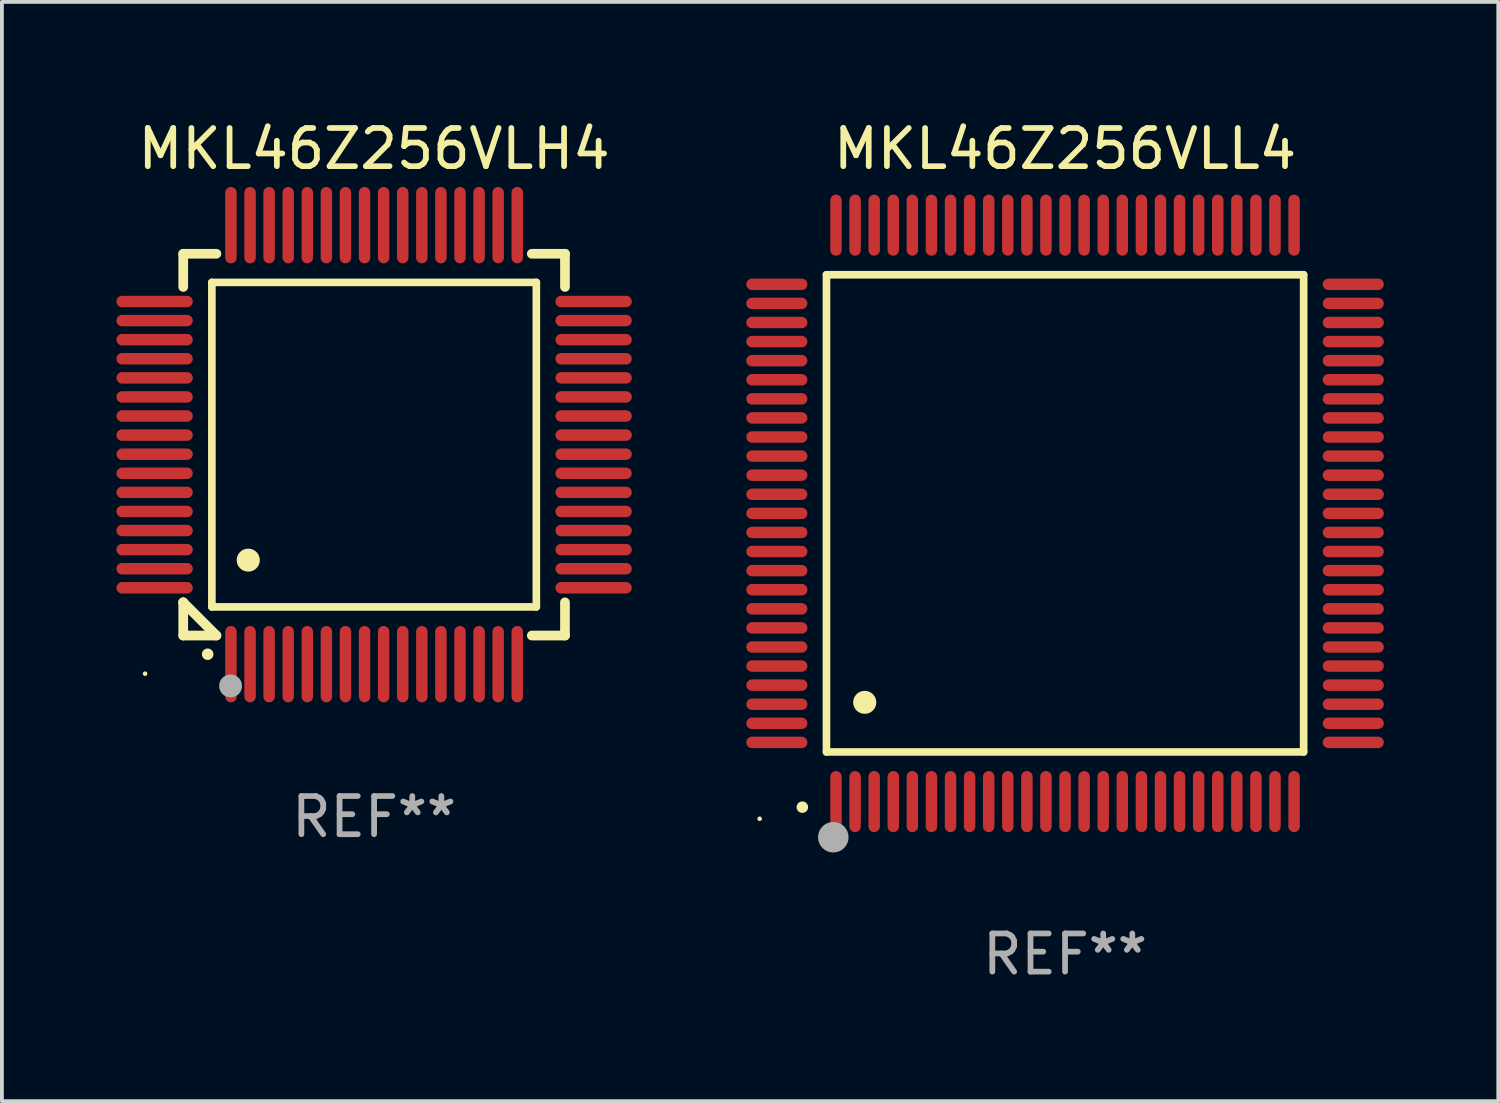
<source format=kicad_pcb>
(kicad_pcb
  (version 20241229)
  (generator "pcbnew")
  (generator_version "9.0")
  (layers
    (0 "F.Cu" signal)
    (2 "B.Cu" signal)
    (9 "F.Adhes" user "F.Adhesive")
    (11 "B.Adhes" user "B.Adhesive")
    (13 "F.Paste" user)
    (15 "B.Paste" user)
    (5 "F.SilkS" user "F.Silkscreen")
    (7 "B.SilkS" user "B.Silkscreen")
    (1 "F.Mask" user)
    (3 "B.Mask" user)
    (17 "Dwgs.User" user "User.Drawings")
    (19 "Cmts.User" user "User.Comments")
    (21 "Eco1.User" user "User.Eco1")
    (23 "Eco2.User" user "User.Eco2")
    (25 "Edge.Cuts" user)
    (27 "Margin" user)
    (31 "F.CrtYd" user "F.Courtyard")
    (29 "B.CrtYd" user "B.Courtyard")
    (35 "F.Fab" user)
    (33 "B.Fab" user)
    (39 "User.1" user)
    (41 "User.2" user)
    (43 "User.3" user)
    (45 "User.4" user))
  (footprint "MKL46Z256VLH4"
    (layer "F.Cu")
    (at 6.75 8.598)
    (property "Reference" "MKL46Z256VLH4" (at 0 -7.75 0) (layer "F.SilkS") (effects (font (size 1 1) (thickness 0.15))))
    (attr through_hole)
    (fp_line (start -5 -5) (end -4.131 -5) (stroke (width 0.254) (type solid)) (layer "F.SilkS"))
    (fp_line (start -5 -4.131) (end -5 -5) (stroke (width 0.254) (type solid)) (layer "F.SilkS"))
    (fp_line (start -5 4.131) (end -5 4.131) (stroke (width 0.254) (type solid)) (layer "F.SilkS"))
    (fp_line (start -5 5) (end -5 4.131) (stroke (width 0.254) (type solid)) (layer "F.SilkS"))
    (fp_line (start -5 4.131) (end -4.131 5) (stroke (width 0.254) (type solid)) (layer "F.SilkS"))
    (fp_line (start -4.25 -4.25) (end -4.25 4.25) (stroke (width 0.2) (type solid)) (layer "F.SilkS"))
    (fp_line (start -4.25 4.25) (end 4.25 4.25) (stroke (width 0.2) (type solid)) (layer "F.SilkS"))
    (fp_line (start -4.131 5) (end -5 5) (stroke (width 0.254) (type solid)) (layer "F.SilkS"))
    (fp_line (start 4.25 -4.25) (end -4.25 -4.25) (stroke (width 0.2) (type solid)) (layer "F.SilkS"))
    (fp_line (start 4.25 4.25) (end 4.25 -4.25) (stroke (width 0.2) (type solid)) (layer "F.SilkS"))
    (fp_line (start 5 -5) (end 4.131 -5) (stroke (width 0.254) (type solid)) (layer "F.SilkS"))
    (fp_line (start 5 -5) (end 5 -4.131) (stroke (width 0.254) (type solid)) (layer "F.SilkS"))
    (fp_line (start 5 4.131) (end 5 5) (stroke (width 0.254) (type solid)) (layer "F.SilkS"))
    (fp_line (start 5 5) (end 4.131 5) (stroke (width 0.254) (type solid)) (layer "F.SilkS"))
    (fp_arc (start -4.361265 5.489992) (mid -4.359995 5.489987) (end -4.358725 5.489992) (stroke (width 0.3) (type solid)) (layer "F.SilkS"))
    (fp_arc (start -3.299467 3.025146) (mid -3.296927 3.025135) (end -3.294387 3.025146) (stroke (width 0.6) (type solid)) (layer "F.SilkS"))
    (fp_circle (center -6 6) (end -5.97 6) (stroke (width 0.06) (type solid)) (fill no) (layer "F.SilkS"))
    (fp_circle (center -3.76 6.32) (end -3.61 6.32) (stroke (width 0.3) (type solid)) (fill no) (layer "F.Fab"))
    (fp_text user "REF**" (at 0 9.75 0) (layer "F.Fab") (effects (font (size 1 1) (thickness 0.15))))
    (pad "1" smd oval (at -3.75 5.75) (size 0.3 2) (layers "F.Cu" "F.Mask" "F.Paste"))
    (pad "2" smd oval (at -3.25 5.75) (size 0.3 2) (layers "F.Cu" "F.Mask" "F.Paste"))
    (pad "3" smd oval (at -2.75 5.75) (size 0.3 2) (layers "F.Cu" "F.Mask" "F.Paste"))
    (pad "4" smd oval (at -2.25 5.75) (size 0.3 2) (layers "F.Cu" "F.Mask" "F.Paste"))
    (pad "5" smd oval (at -1.75 5.75) (size 0.3 2) (layers "F.Cu" "F.Mask" "F.Paste"))
    (pad "6" smd oval (at -1.25 5.75) (size 0.3 2) (layers "F.Cu" "F.Mask" "F.Paste"))
    (pad "7" smd oval (at -0.75 5.75) (size 0.3 2) (layers "F.Cu" "F.Mask" "F.Paste"))
    (pad "8" smd oval (at -0.25 5.75) (size 0.3 2) (layers "F.Cu" "F.Mask" "F.Paste"))
    (pad "9" smd oval (at 0.25 5.75) (size 0.3 2) (layers "F.Cu" "F.Mask" "F.Paste"))
    (pad "10" smd oval (at 0.75 5.75) (size 0.3 2) (layers "F.Cu" "F.Mask" "F.Paste"))
    (pad "11" smd oval (at 1.25 5.75) (size 0.3 2) (layers "F.Cu" "F.Mask" "F.Paste"))
    (pad "12" smd oval (at 1.75 5.75) (size 0.3 2) (layers "F.Cu" "F.Mask" "F.Paste"))
    (pad "13" smd oval (at 2.25 5.75) (size 0.3 2) (layers "F.Cu" "F.Mask" "F.Paste"))
    (pad "14" smd oval (at 2.75 5.75) (size 0.3 2) (layers "F.Cu" "F.Mask" "F.Paste"))
    (pad "15" smd oval (at 3.25 5.75) (size 0.3 2) (layers "F.Cu" "F.Mask" "F.Paste"))
    (pad "16" smd oval (at 3.75 5.75) (size 0.3 2) (layers "F.Cu" "F.Mask" "F.Paste"))
    (pad "17" smd oval (at 5.75 3.75) (size 2 0.3) (layers "F.Cu" "F.Mask" "F.Paste"))
    (pad "18" smd oval (at 5.75 3.25) (size 2 0.3) (layers "F.Cu" "F.Mask" "F.Paste"))
    (pad "19" smd oval (at 5.75 2.75) (size 2 0.3) (layers "F.Cu" "F.Mask" "F.Paste"))
    (pad "20" smd oval (at 5.75 2.25) (size 2 0.3) (layers "F.Cu" "F.Mask" "F.Paste"))
    (pad "21" smd oval (at 5.75 1.75) (size 2 0.3) (layers "F.Cu" "F.Mask" "F.Paste"))
    (pad "22" smd oval (at 5.75 1.25) (size 2 0.3) (layers "F.Cu" "F.Mask" "F.Paste"))
    (pad "23" smd oval (at 5.75 0.75) (size 2 0.3) (layers "F.Cu" "F.Mask" "F.Paste"))
    (pad "24" smd oval (at 5.75 0.25) (size 2 0.3) (layers "F.Cu" "F.Mask" "F.Paste"))
    (pad "25" smd oval (at 5.75 -0.25) (size 2 0.3) (layers "F.Cu" "F.Mask" "F.Paste"))
    (pad "26" smd oval (at 5.75 -0.75) (size 2 0.3) (layers "F.Cu" "F.Mask" "F.Paste"))
    (pad "27" smd oval (at 5.75 -1.25) (size 2 0.3) (layers "F.Cu" "F.Mask" "F.Paste"))
    (pad "28" smd oval (at 5.75 -1.75) (size 2 0.3) (layers "F.Cu" "F.Mask" "F.Paste"))
    (pad "29" smd oval (at 5.75 -2.25) (size 2 0.3) (layers "F.Cu" "F.Mask" "F.Paste"))
    (pad "30" smd oval (at 5.75 -2.75) (size 2 0.3) (layers "F.Cu" "F.Mask" "F.Paste"))
    (pad "31" smd oval (at 5.75 -3.25) (size 2 0.3) (layers "F.Cu" "F.Mask" "F.Paste"))
    (pad "32" smd oval (at 5.75 -3.75) (size 2 0.3) (layers "F.Cu" "F.Mask" "F.Paste"))
    (pad "33" smd oval (at 3.75 -5.75) (size 0.3 2) (layers "F.Cu" "F.Mask" "F.Paste"))
    (pad "34" smd oval (at 3.25 -5.75) (size 0.3 2) (layers "F.Cu" "F.Mask" "F.Paste"))
    (pad "35" smd oval (at 2.75 -5.75) (size 0.3 2) (layers "F.Cu" "F.Mask" "F.Paste"))
    (pad "36" smd oval (at 2.25 -5.75) (size 0.3 2) (layers "F.Cu" "F.Mask" "F.Paste"))
    (pad "37" smd oval (at 1.75 -5.75) (size 0.3 2) (layers "F.Cu" "F.Mask" "F.Paste"))
    (pad "38" smd oval (at 1.25 -5.75) (size 0.3 2) (layers "F.Cu" "F.Mask" "F.Paste"))
    (pad "39" smd oval (at 0.75 -5.75) (size 0.3 2) (layers "F.Cu" "F.Mask" "F.Paste"))
    (pad "40" smd oval (at 0.25 -5.75) (size 0.3 2) (layers "F.Cu" "F.Mask" "F.Paste"))
    (pad "41" smd oval (at -0.25 -5.75) (size 0.3 2) (layers "F.Cu" "F.Mask" "F.Paste"))
    (pad "42" smd oval (at -0.75 -5.75) (size 0.3 2) (layers "F.Cu" "F.Mask" "F.Paste"))
    (pad "43" smd oval (at -1.25 -5.75) (size 0.3 2) (layers "F.Cu" "F.Mask" "F.Paste"))
    (pad "44" smd oval (at -1.75 -5.75) (size 0.3 2) (layers "F.Cu" "F.Mask" "F.Paste"))
    (pad "45" smd oval (at -2.25 -5.75) (size 0.3 2) (layers "F.Cu" "F.Mask" "F.Paste"))
    (pad "46" smd oval (at -2.75 -5.75) (size 0.3 2) (layers "F.Cu" "F.Mask" "F.Paste"))
    (pad "47" smd oval (at -3.25 -5.75) (size 0.3 2) (layers "F.Cu" "F.Mask" "F.Paste"))
    (pad "48" smd oval (at -3.75 -5.75) (size 0.3 2) (layers "F.Cu" "F.Mask" "F.Paste"))
    (pad "49" smd oval (at -5.75 -3.75) (size 2 0.3) (layers "F.Cu" "F.Mask" "F.Paste"))
    (pad "50" smd oval (at -5.75 -3.25) (size 2 0.3) (layers "F.Cu" "F.Mask" "F.Paste"))
    (pad "51" smd oval (at -5.75 -2.75) (size 2 0.3) (layers "F.Cu" "F.Mask" "F.Paste"))
    (pad "52" smd oval (at -5.75 -2.25) (size 2 0.3) (layers "F.Cu" "F.Mask" "F.Paste"))
    (pad "53" smd oval (at -5.75 -1.75) (size 2 0.3) (layers "F.Cu" "F.Mask" "F.Paste"))
    (pad "54" smd oval (at -5.75 -1.25) (size 2 0.3) (layers "F.Cu" "F.Mask" "F.Paste"))
    (pad "55" smd oval (at -5.75 -0.75) (size 2 0.3) (layers "F.Cu" "F.Mask" "F.Paste"))
    (pad "56" smd oval (at -5.75 -0.25) (size 2 0.3) (layers "F.Cu" "F.Mask" "F.Paste"))
    (pad "57" smd oval (at -5.75 0.25) (size 2 0.3) (layers "F.Cu" "F.Mask" "F.Paste"))
    (pad "58" smd oval (at -5.75 0.75) (size 2 0.3) (layers "F.Cu" "F.Mask" "F.Paste"))
    (pad "59" smd oval (at -5.75 1.25) (size 2 0.3) (layers "F.Cu" "F.Mask" "F.Paste"))
    (pad "60" smd oval (at -5.75 1.75) (size 2 0.3) (layers "F.Cu" "F.Mask" "F.Paste"))
    (pad "61" smd oval (at -5.75 2.25) (size 2 0.3) (layers "F.Cu" "F.Mask" "F.Paste"))
    (pad "62" smd oval (at -5.75 2.75) (size 2 0.3) (layers "F.Cu" "F.Mask" "F.Paste"))
    (pad "63" smd oval (at -5.75 3.25) (size 2 0.3) (layers "F.Cu" "F.Mask" "F.Paste"))
    (pad "64" smd oval (at -5.75 3.75) (size 2 0.3) (layers "F.Cu" "F.Mask" "F.Paste")))
  (footprint "MKL46Z256VLL4"
    (layer "F.Cu")
    (at 24.85 10.398)
    (property "Reference" "MKL46Z256VLL4" (at 0 -9.55 0) (layer "F.SilkS") (effects (font (size 1 1) (thickness 0.15))))
    (attr through_hole)
    (fp_line (start -6.25 -6.25) (end -6.25 6.25) (stroke (width 0.2) (type solid)) (layer "F.SilkS"))
    (fp_line (start -6.25 6.25) (end 6.25 6.25) (stroke (width 0.2) (type solid)) (layer "F.SilkS"))
    (fp_line (start 6.25 -6.25) (end -6.25 -6.25) (stroke (width 0.2) (type solid)) (layer "F.SilkS"))
    (fp_line (start 6.25 6.25) (end 6.25 -6.25) (stroke (width 0.2) (type solid)) (layer "F.SilkS"))
    (fp_arc (start -6.883414 7.696215) (mid -6.882144 7.69621) (end -6.880874 7.696215) (stroke (width 0.3) (type solid)) (layer "F.SilkS"))
    (fp_arc (start -5.250191 4.95047) (mid -5.247651 4.950459) (end -5.245111 4.95047) (stroke (width 0.6) (type solid)) (layer "F.SilkS"))
    (fp_circle (center -8 8) (end -7.97 8) (stroke (width 0.06) (type solid)) (fill no) (layer "F.SilkS"))
    (fp_circle (center -6.071 8.484) (end -5.871 8.484) (stroke (width 0.4) (type solid)) (fill no) (layer "F.Fab"))
    (fp_text user "REF**" (at 0 11.55 0) (layer "F.Fab") (effects (font (size 1 1) (thickness 0.15))))
    (pad "1" smd oval (at -6 7.55) (size 0.3 1.6) (layers "F.Cu" "F.Mask" "F.Paste"))
    (pad "2" smd oval (at -5.5 7.55) (size 0.3 1.6) (layers "F.Cu" "F.Mask" "F.Paste"))
    (pad "3" smd oval (at -5 7.55) (size 0.3 1.6) (layers "F.Cu" "F.Mask" "F.Paste"))
    (pad "4" smd oval (at -4.5 7.55) (size 0.3 1.6) (layers "F.Cu" "F.Mask" "F.Paste"))
    (pad "5" smd oval (at -4 7.55) (size 0.3 1.6) (layers "F.Cu" "F.Mask" "F.Paste"))
    (pad "6" smd oval (at -3.5 7.55) (size 0.3 1.6) (layers "F.Cu" "F.Mask" "F.Paste"))
    (pad "7" smd oval (at -3 7.55) (size 0.3 1.6) (layers "F.Cu" "F.Mask" "F.Paste"))
    (pad "8" smd oval (at -2.5 7.55) (size 0.3 1.6) (layers "F.Cu" "F.Mask" "F.Paste"))
    (pad "9" smd oval (at -2 7.55) (size 0.3 1.6) (layers "F.Cu" "F.Mask" "F.Paste"))
    (pad "10" smd oval (at -1.5 7.55) (size 0.3 1.6) (layers "F.Cu" "F.Mask" "F.Paste"))
    (pad "11" smd oval (at -1 7.55) (size 0.3 1.6) (layers "F.Cu" "F.Mask" "F.Paste"))
    (pad "12" smd oval (at -0.5 7.55) (size 0.3 1.6) (layers "F.Cu" "F.Mask" "F.Paste"))
    (pad "13" smd oval (at 0 7.55) (size 0.3 1.6) (layers "F.Cu" "F.Mask" "F.Paste"))
    (pad "14" smd oval (at 0.5 7.55) (size 0.3 1.6) (layers "F.Cu" "F.Mask" "F.Paste"))
    (pad "15" smd oval (at 1 7.55) (size 0.3 1.6) (layers "F.Cu" "F.Mask" "F.Paste"))
    (pad "16" smd oval (at 1.5 7.55) (size 0.3 1.6) (layers "F.Cu" "F.Mask" "F.Paste"))
    (pad "17" smd oval (at 2 7.55) (size 0.3 1.6) (layers "F.Cu" "F.Mask" "F.Paste"))
    (pad "18" smd oval (at 2.5 7.55) (size 0.3 1.6) (layers "F.Cu" "F.Mask" "F.Paste"))
    (pad "19" smd oval (at 3 7.55) (size 0.3 1.6) (layers "F.Cu" "F.Mask" "F.Paste"))
    (pad "20" smd oval (at 3.5 7.55) (size 0.3 1.6) (layers "F.Cu" "F.Mask" "F.Paste"))
    (pad "21" smd oval (at 4 7.55) (size 0.3 1.6) (layers "F.Cu" "F.Mask" "F.Paste"))
    (pad "22" smd oval (at 4.5 7.55) (size 0.3 1.6) (layers "F.Cu" "F.Mask" "F.Paste"))
    (pad "23" smd oval (at 5 7.55) (size 0.3 1.6) (layers "F.Cu" "F.Mask" "F.Paste"))
    (pad "24" smd oval (at 5.5 7.55) (size 0.3 1.6) (layers "F.Cu" "F.Mask" "F.Paste"))
    (pad "25" smd oval (at 6 7.55) (size 0.3 1.6) (layers "F.Cu" "F.Mask" "F.Paste"))
    (pad "26" smd oval (at 7.55 6) (size 1.6 0.3) (layers "F.Cu" "F.Mask" "F.Paste"))
    (pad "27" smd oval (at 7.55 5.5) (size 1.6 0.3) (layers "F.Cu" "F.Mask" "F.Paste"))
    (pad "28" smd oval (at 7.55 5) (size 1.6 0.3) (layers "F.Cu" "F.Mask" "F.Paste"))
    (pad "29" smd oval (at 7.55 4.5) (size 1.6 0.3) (layers "F.Cu" "F.Mask" "F.Paste"))
    (pad "30" smd oval (at 7.55 4) (size 1.6 0.3) (layers "F.Cu" "F.Mask" "F.Paste"))
    (pad "31" smd oval (at 7.55 3.5) (size 1.6 0.3) (layers "F.Cu" "F.Mask" "F.Paste"))
    (pad "32" smd oval (at 7.55 3) (size 1.6 0.3) (layers "F.Cu" "F.Mask" "F.Paste"))
    (pad "33" smd oval (at 7.55 2.5) (size 1.6 0.3) (layers "F.Cu" "F.Mask" "F.Paste"))
    (pad "34" smd oval (at 7.55 2) (size 1.6 0.3) (layers "F.Cu" "F.Mask" "F.Paste"))
    (pad "35" smd oval (at 7.55 1.5) (size 1.6 0.3) (layers "F.Cu" "F.Mask" "F.Paste"))
    (pad "36" smd oval (at 7.55 1) (size 1.6 0.3) (layers "F.Cu" "F.Mask" "F.Paste"))
    (pad "37" smd oval (at 7.55 0.5) (size 1.6 0.3) (layers "F.Cu" "F.Mask" "F.Paste"))
    (pad "38" smd oval (at 7.55 0) (size 1.6 0.3) (layers "F.Cu" "F.Mask" "F.Paste"))
    (pad "39" smd oval (at 7.55 -0.5) (size 1.6 0.3) (layers "F.Cu" "F.Mask" "F.Paste"))
    (pad "40" smd oval (at 7.55 -1) (size 1.6 0.3) (layers "F.Cu" "F.Mask" "F.Paste"))
    (pad "41" smd oval (at 7.55 -1.5) (size 1.6 0.3) (layers "F.Cu" "F.Mask" "F.Paste"))
    (pad "42" smd oval (at 7.55 -2) (size 1.6 0.3) (layers "F.Cu" "F.Mask" "F.Paste"))
    (pad "43" smd oval (at 7.55 -2.5) (size 1.6 0.3) (layers "F.Cu" "F.Mask" "F.Paste"))
    (pad "44" smd oval (at 7.55 -3) (size 1.6 0.3) (layers "F.Cu" "F.Mask" "F.Paste"))
    (pad "45" smd oval (at 7.55 -3.5) (size 1.6 0.3) (layers "F.Cu" "F.Mask" "F.Paste"))
    (pad "46" smd oval (at 7.55 -4) (size 1.6 0.3) (layers "F.Cu" "F.Mask" "F.Paste"))
    (pad "47" smd oval (at 7.55 -4.5) (size 1.6 0.3) (layers "F.Cu" "F.Mask" "F.Paste"))
    (pad "48" smd oval (at 7.55 -5) (size 1.6 0.3) (layers "F.Cu" "F.Mask" "F.Paste"))
    (pad "49" smd oval (at 7.55 -5.5) (size 1.6 0.3) (layers "F.Cu" "F.Mask" "F.Paste"))
    (pad "50" smd oval (at 7.55 -6) (size 1.6 0.3) (layers "F.Cu" "F.Mask" "F.Paste"))
    (pad "51" smd oval (at 6 -7.55) (size 0.3 1.6) (layers "F.Cu" "F.Mask" "F.Paste"))
    (pad "52" smd oval (at 5.5 -7.55) (size 0.3 1.6) (layers "F.Cu" "F.Mask" "F.Paste"))
    (pad "53" smd oval (at 5 -7.55) (size 0.3 1.6) (layers "F.Cu" "F.Mask" "F.Paste"))
    (pad "54" smd oval (at 4.5 -7.55) (size 0.3 1.6) (layers "F.Cu" "F.Mask" "F.Paste"))
    (pad "55" smd oval (at 4 -7.55) (size 0.3 1.6) (layers "F.Cu" "F.Mask" "F.Paste"))
    (pad "56" smd oval (at 3.5 -7.55) (size 0.3 1.6) (layers "F.Cu" "F.Mask" "F.Paste"))
    (pad "57" smd oval (at 3 -7.55) (size 0.3 1.6) (layers "F.Cu" "F.Mask" "F.Paste"))
    (pad "58" smd oval (at 2.5 -7.55) (size 0.3 1.6) (layers "F.Cu" "F.Mask" "F.Paste"))
    (pad "59" smd oval (at 2 -7.55) (size 0.3 1.6) (layers "F.Cu" "F.Mask" "F.Paste"))
    (pad "60" smd oval (at 1.5 -7.55) (size 0.3 1.6) (layers "F.Cu" "F.Mask" "F.Paste"))
    (pad "61" smd oval (at 1 -7.55) (size 0.3 1.6) (layers "F.Cu" "F.Mask" "F.Paste"))
    (pad "62" smd oval (at 0.5 -7.55) (size 0.3 1.6) (layers "F.Cu" "F.Mask" "F.Paste"))
    (pad "63" smd oval (at 0 -7.55) (size 0.3 1.6) (layers "F.Cu" "F.Mask" "F.Paste"))
    (pad "64" smd oval (at -0.5 -7.55) (size 0.3 1.6) (layers "F.Cu" "F.Mask" "F.Paste"))
    (pad "65" smd oval (at -1 -7.55) (size 0.3 1.6) (layers "F.Cu" "F.Mask" "F.Paste"))
    (pad "66" smd oval (at -1.5 -7.55) (size 0.3 1.6) (layers "F.Cu" "F.Mask" "F.Paste"))
    (pad "67" smd oval (at -2 -7.55) (size 0.3 1.6) (layers "F.Cu" "F.Mask" "F.Paste"))
    (pad "68" smd oval (at -2.5 -7.55) (size 0.3 1.6) (layers "F.Cu" "F.Mask" "F.Paste"))
    (pad "69" smd oval (at -3 -7.55) (size 0.3 1.6) (layers "F.Cu" "F.Mask" "F.Paste"))
    (pad "70" smd oval (at -3.5 -7.55) (size 0.3 1.6) (layers "F.Cu" "F.Mask" "F.Paste"))
    (pad "71" smd oval (at -4 -7.55) (size 0.3 1.6) (layers "F.Cu" "F.Mask" "F.Paste"))
    (pad "72" smd oval (at -4.5 -7.55) (size 0.3 1.6) (layers "F.Cu" "F.Mask" "F.Paste"))
    (pad "73" smd oval (at -5 -7.55) (size 0.3 1.6) (layers "F.Cu" "F.Mask" "F.Paste"))
    (pad "74" smd oval (at -5.5 -7.55) (size 0.3 1.6) (layers "F.Cu" "F.Mask" "F.Paste"))
    (pad "75" smd oval (at -6 -7.55) (size 0.3 1.6) (layers "F.Cu" "F.Mask" "F.Paste"))
    (pad "76" smd oval (at -7.55 -6) (size 1.6 0.3) (layers "F.Cu" "F.Mask" "F.Paste"))
    (pad "77" smd oval (at -7.55 -5.5) (size 1.6 0.3) (layers "F.Cu" "F.Mask" "F.Paste"))
    (pad "78" smd oval (at -7.55 -5) (size 1.6 0.3) (layers "F.Cu" "F.Mask" "F.Paste"))
    (pad "79" smd oval (at -7.55 -4.5) (size 1.6 0.3) (layers "F.Cu" "F.Mask" "F.Paste"))
    (pad "80" smd oval (at -7.55 -4) (size 1.6 0.3) (layers "F.Cu" "F.Mask" "F.Paste"))
    (pad "81" smd oval (at -7.55 -3.5) (size 1.6 0.3) (layers "F.Cu" "F.Mask" "F.Paste"))
    (pad "82" smd oval (at -7.55 -3) (size 1.6 0.3) (layers "F.Cu" "F.Mask" "F.Paste"))
    (pad "83" smd oval (at -7.55 -2.5) (size 1.6 0.3) (layers "F.Cu" "F.Mask" "F.Paste"))
    (pad "84" smd oval (at -7.55 -2) (size 1.6 0.3) (layers "F.Cu" "F.Mask" "F.Paste"))
    (pad "85" smd oval (at -7.55 -1.5) (size 1.6 0.3) (layers "F.Cu" "F.Mask" "F.Paste"))
    (pad "86" smd oval (at -7.55 -1) (size 1.6 0.3) (layers "F.Cu" "F.Mask" "F.Paste"))
    (pad "87" smd oval (at -7.55 -0.5) (size 1.6 0.3) (layers "F.Cu" "F.Mask" "F.Paste"))
    (pad "88" smd oval (at -7.55 0) (size 1.6 0.3) (layers "F.Cu" "F.Mask" "F.Paste"))
    (pad "89" smd oval (at -7.55 0.5) (size 1.6 0.3) (layers "F.Cu" "F.Mask" "F.Paste"))
    (pad "90" smd oval (at -7.55 1) (size 1.6 0.3) (layers "F.Cu" "F.Mask" "F.Paste"))
    (pad "91" smd oval (at -7.55 1.5) (size 1.6 0.3) (layers "F.Cu" "F.Mask" "F.Paste"))
    (pad "92" smd oval (at -7.55 2) (size 1.6 0.3) (layers "F.Cu" "F.Mask" "F.Paste"))
    (pad "93" smd oval (at -7.55 2.5) (size 1.6 0.3) (layers "F.Cu" "F.Mask" "F.Paste"))
    (pad "94" smd oval (at -7.55 3) (size 1.6 0.3) (layers "F.Cu" "F.Mask" "F.Paste"))
    (pad "95" smd oval (at -7.55 3.5) (size 1.6 0.3) (layers "F.Cu" "F.Mask" "F.Paste"))
    (pad "96" smd oval (at -7.55 4) (size 1.6 0.3) (layers "F.Cu" "F.Mask" "F.Paste"))
    (pad "97" smd oval (at -7.55 4.5) (size 1.6 0.3) (layers "F.Cu" "F.Mask" "F.Paste"))
    (pad "98" smd oval (at -7.55 5) (size 1.6 0.3) (layers "F.Cu" "F.Mask" "F.Paste"))
    (pad "99" smd oval (at -7.55 5.5) (size 1.6 0.3) (layers "F.Cu" "F.Mask" "F.Paste"))
    (pad "100" smd oval (at -7.55 6) (size 1.6 0.3) (layers "F.Cu" "F.Mask" "F.Paste")))
  (gr_rect
    (start -3 -3)
    (end 36.199 25.796)
    (stroke (width 0.1) (type default))
    (fill no)
    (layer "Edge.Cuts")))
</source>
